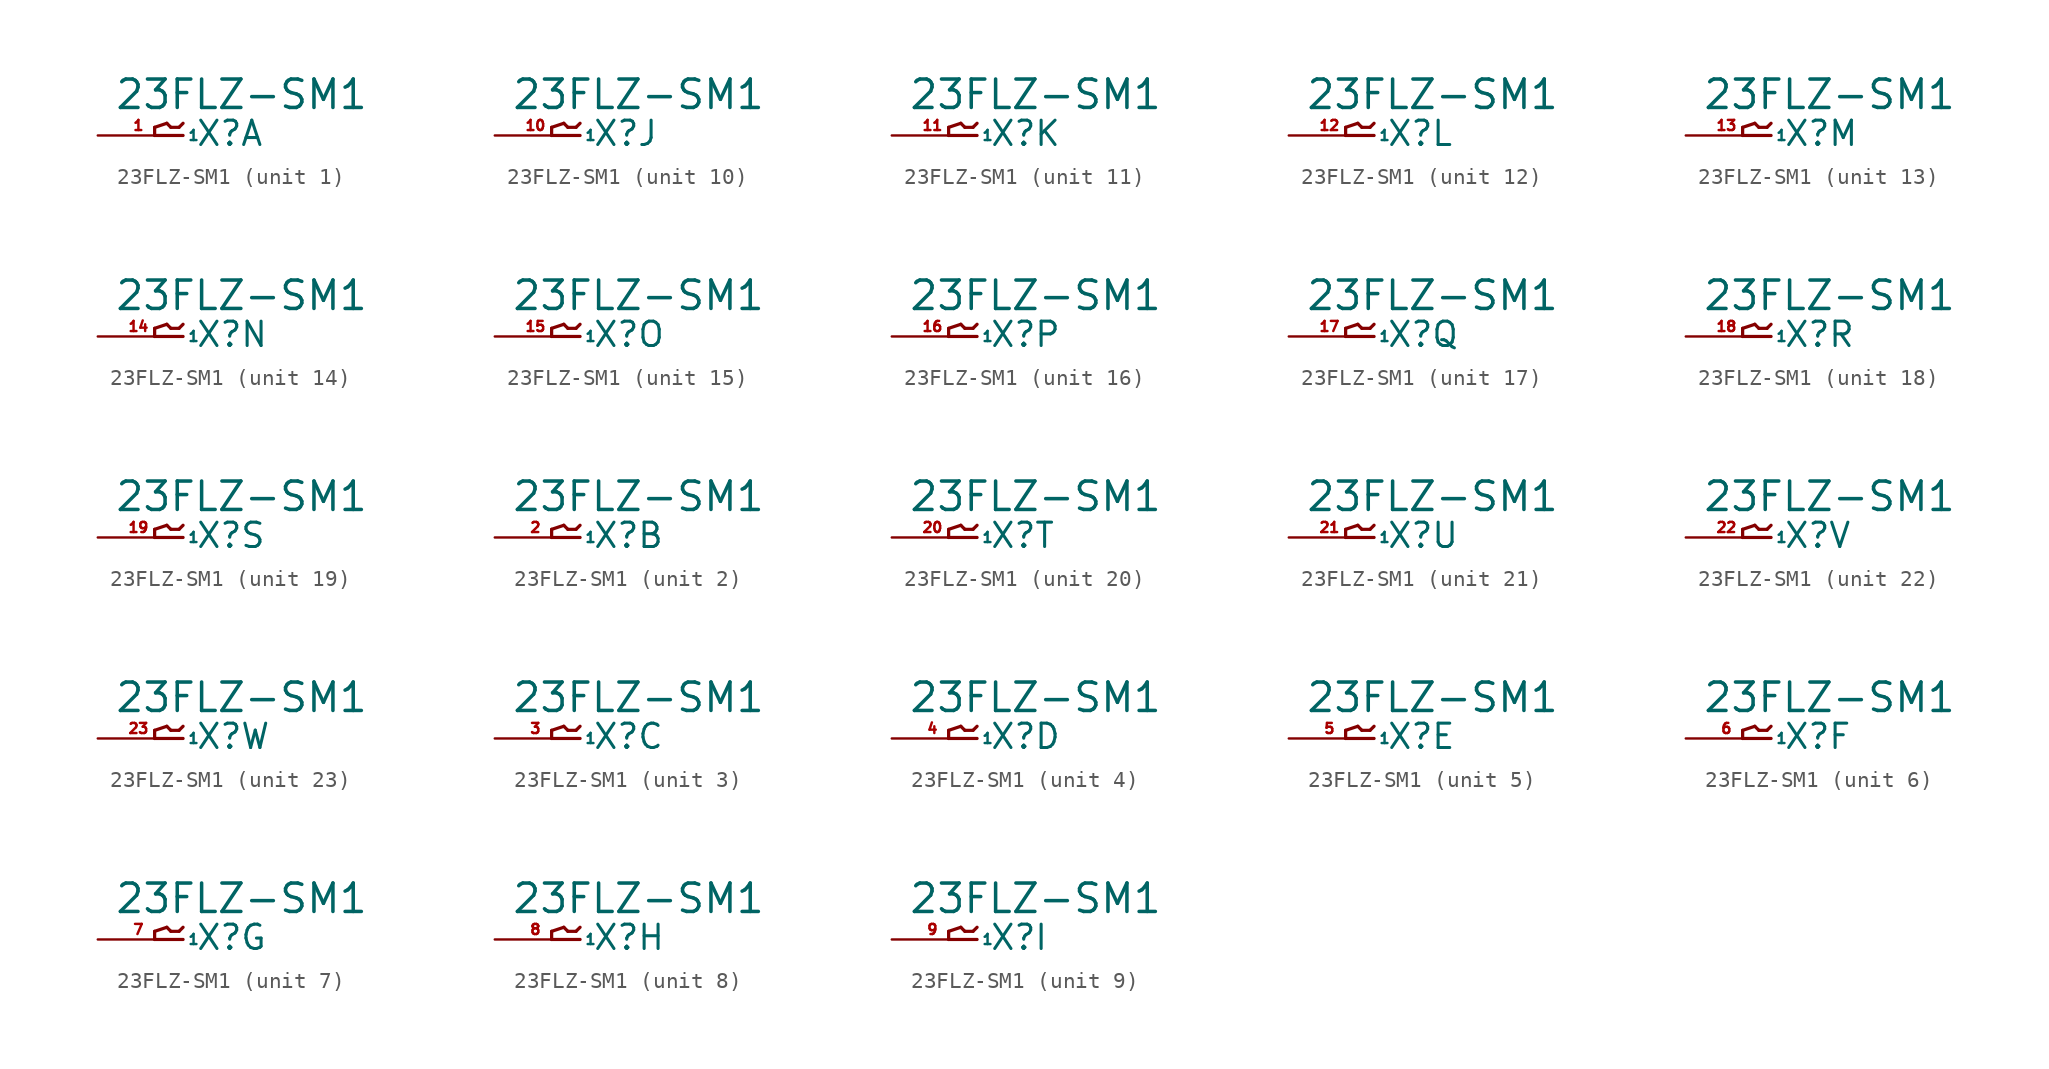
<source format=kicad_sym>
(kicad_symbol_lib
  (version 20220914)
  (generator Eagle2Kicad)
  (symbol "23FLZ-SM1"
    (property "Reference" "X"
      (at 1.016 -0.762 0)
      (effects (font (size 1.524 1.524) (thickness 0.19)) (justify left bottom)))
    (property "Value" "23FLZ-SM1"
      (at -4.064 1.524 0)
      (effects (font (size 1.778 1.778) (thickness 0.22)) (justify left bottom)))
    (symbol "23FLZ-SM1_1_0"
      (polyline (pts (xy 0.254 0) (xy -1.524 0)) (stroke (width 0.203) (type default)) (fill (type none)))
      (polyline (pts (xy -1.524 0) (xy -1.524 0.508)) (stroke (width 0.203) (type default)) (fill (type none)))
      (polyline (pts (xy -1.524 0.508) (xy -0.762 0.762)) (stroke (width 0.203) (type default)) (fill (type none)))
      (polyline (pts (xy -0.762 0.762) (xy -0.508 0.508)) (stroke (width 0.203) (type default)) (fill (type none)))
      (polyline (pts (xy -0.508 0.508) (xy 0 0.508)) (stroke (width 0.203) (type default)) (fill (type none)))
      (polyline (pts (xy 0 0.508) (xy 0.254 0.762)) (stroke (width 0.203) (type default)) (fill (type none)))
      (pin passive line (at -5.08 0 0) (length 5.08) (name "1" (effects (font (size 0.635 0.635) (thickness 0.08)) (justify left bottom))) (number "1" (effects (font (size 0.635 0.635) (thickness 0.08)) (justify left bottom)))))
    (symbol "23FLZ-SM1_2_0"
      (polyline (pts (xy 0.254 0) (xy -1.524 0)) (stroke (width 0.203) (type default)) (fill (type none)))
      (polyline (pts (xy -1.524 0) (xy -1.524 0.508)) (stroke (width 0.203) (type default)) (fill (type none)))
      (polyline (pts (xy -1.524 0.508) (xy -0.762 0.762)) (stroke (width 0.203) (type default)) (fill (type none)))
      (polyline (pts (xy -0.762 0.762) (xy -0.508 0.508)) (stroke (width 0.203) (type default)) (fill (type none)))
      (polyline (pts (xy -0.508 0.508) (xy 0 0.508)) (stroke (width 0.203) (type default)) (fill (type none)))
      (polyline (pts (xy 0 0.508) (xy 0.254 0.762)) (stroke (width 0.203) (type default)) (fill (type none)))
      (pin passive line (at -5.08 0 0) (length 5.08) (name "1" (effects (font (size 0.635 0.635) (thickness 0.08)) (justify left bottom))) (number "2" (effects (font (size 0.635 0.635) (thickness 0.08)) (justify left bottom)))))
    (symbol "23FLZ-SM1_3_0"
      (polyline (pts (xy 0.254 0) (xy -1.524 0)) (stroke (width 0.203) (type default)) (fill (type none)))
      (polyline (pts (xy -1.524 0) (xy -1.524 0.508)) (stroke (width 0.203) (type default)) (fill (type none)))
      (polyline (pts (xy -1.524 0.508) (xy -0.762 0.762)) (stroke (width 0.203) (type default)) (fill (type none)))
      (polyline (pts (xy -0.762 0.762) (xy -0.508 0.508)) (stroke (width 0.203) (type default)) (fill (type none)))
      (polyline (pts (xy -0.508 0.508) (xy 0 0.508)) (stroke (width 0.203) (type default)) (fill (type none)))
      (polyline (pts (xy 0 0.508) (xy 0.254 0.762)) (stroke (width 0.203) (type default)) (fill (type none)))
      (pin passive line (at -5.08 0 0) (length 5.08) (name "1" (effects (font (size 0.635 0.635) (thickness 0.08)) (justify left bottom))) (number "3" (effects (font (size 0.635 0.635) (thickness 0.08)) (justify left bottom)))))
    (symbol "23FLZ-SM1_4_0"
      (polyline (pts (xy 0.254 0) (xy -1.524 0)) (stroke (width 0.203) (type default)) (fill (type none)))
      (polyline (pts (xy -1.524 0) (xy -1.524 0.508)) (stroke (width 0.203) (type default)) (fill (type none)))
      (polyline (pts (xy -1.524 0.508) (xy -0.762 0.762)) (stroke (width 0.203) (type default)) (fill (type none)))
      (polyline (pts (xy -0.762 0.762) (xy -0.508 0.508)) (stroke (width 0.203) (type default)) (fill (type none)))
      (polyline (pts (xy -0.508 0.508) (xy 0 0.508)) (stroke (width 0.203) (type default)) (fill (type none)))
      (polyline (pts (xy 0 0.508) (xy 0.254 0.762)) (stroke (width 0.203) (type default)) (fill (type none)))
      (pin passive line (at -5.08 0 0) (length 5.08) (name "1" (effects (font (size 0.635 0.635) (thickness 0.08)) (justify left bottom))) (number "4" (effects (font (size 0.635 0.635) (thickness 0.08)) (justify left bottom)))))
    (symbol "23FLZ-SM1_5_0"
      (polyline (pts (xy 0.254 0) (xy -1.524 0)) (stroke (width 0.203) (type default)) (fill (type none)))
      (polyline (pts (xy -1.524 0) (xy -1.524 0.508)) (stroke (width 0.203) (type default)) (fill (type none)))
      (polyline (pts (xy -1.524 0.508) (xy -0.762 0.762)) (stroke (width 0.203) (type default)) (fill (type none)))
      (polyline (pts (xy -0.762 0.762) (xy -0.508 0.508)) (stroke (width 0.203) (type default)) (fill (type none)))
      (polyline (pts (xy -0.508 0.508) (xy 0 0.508)) (stroke (width 0.203) (type default)) (fill (type none)))
      (polyline (pts (xy 0 0.508) (xy 0.254 0.762)) (stroke (width 0.203) (type default)) (fill (type none)))
      (pin passive line (at -5.08 0 0) (length 5.08) (name "1" (effects (font (size 0.635 0.635) (thickness 0.08)) (justify left bottom))) (number "5" (effects (font (size 0.635 0.635) (thickness 0.08)) (justify left bottom)))))
    (symbol "23FLZ-SM1_6_0"
      (polyline (pts (xy 0.254 0) (xy -1.524 0)) (stroke (width 0.203) (type default)) (fill (type none)))
      (polyline (pts (xy -1.524 0) (xy -1.524 0.508)) (stroke (width 0.203) (type default)) (fill (type none)))
      (polyline (pts (xy -1.524 0.508) (xy -0.762 0.762)) (stroke (width 0.203) (type default)) (fill (type none)))
      (polyline (pts (xy -0.762 0.762) (xy -0.508 0.508)) (stroke (width 0.203) (type default)) (fill (type none)))
      (polyline (pts (xy -0.508 0.508) (xy 0 0.508)) (stroke (width 0.203) (type default)) (fill (type none)))
      (polyline (pts (xy 0 0.508) (xy 0.254 0.762)) (stroke (width 0.203) (type default)) (fill (type none)))
      (pin passive line (at -5.08 0 0) (length 5.08) (name "1" (effects (font (size 0.635 0.635) (thickness 0.08)) (justify left bottom))) (number "6" (effects (font (size 0.635 0.635) (thickness 0.08)) (justify left bottom)))))
    (symbol "23FLZ-SM1_7_0"
      (polyline (pts (xy 0.254 0) (xy -1.524 0)) (stroke (width 0.203) (type default)) (fill (type none)))
      (polyline (pts (xy -1.524 0) (xy -1.524 0.508)) (stroke (width 0.203) (type default)) (fill (type none)))
      (polyline (pts (xy -1.524 0.508) (xy -0.762 0.762)) (stroke (width 0.203) (type default)) (fill (type none)))
      (polyline (pts (xy -0.762 0.762) (xy -0.508 0.508)) (stroke (width 0.203) (type default)) (fill (type none)))
      (polyline (pts (xy -0.508 0.508) (xy 0 0.508)) (stroke (width 0.203) (type default)) (fill (type none)))
      (polyline (pts (xy 0 0.508) (xy 0.254 0.762)) (stroke (width 0.203) (type default)) (fill (type none)))
      (pin passive line (at -5.08 0 0) (length 5.08) (name "1" (effects (font (size 0.635 0.635) (thickness 0.08)) (justify left bottom))) (number "7" (effects (font (size 0.635 0.635) (thickness 0.08)) (justify left bottom)))))
    (symbol "23FLZ-SM1_8_0"
      (polyline (pts (xy 0.254 0) (xy -1.524 0)) (stroke (width 0.203) (type default)) (fill (type none)))
      (polyline (pts (xy -1.524 0) (xy -1.524 0.508)) (stroke (width 0.203) (type default)) (fill (type none)))
      (polyline (pts (xy -1.524 0.508) (xy -0.762 0.762)) (stroke (width 0.203) (type default)) (fill (type none)))
      (polyline (pts (xy -0.762 0.762) (xy -0.508 0.508)) (stroke (width 0.203) (type default)) (fill (type none)))
      (polyline (pts (xy -0.508 0.508) (xy 0 0.508)) (stroke (width 0.203) (type default)) (fill (type none)))
      (polyline (pts (xy 0 0.508) (xy 0.254 0.762)) (stroke (width 0.203) (type default)) (fill (type none)))
      (pin passive line (at -5.08 0 0) (length 5.08) (name "1" (effects (font (size 0.635 0.635) (thickness 0.08)) (justify left bottom))) (number "8" (effects (font (size 0.635 0.635) (thickness 0.08)) (justify left bottom)))))
    (symbol "23FLZ-SM1_9_0"
      (polyline (pts (xy 0.254 0) (xy -1.524 0)) (stroke (width 0.203) (type default)) (fill (type none)))
      (polyline (pts (xy -1.524 0) (xy -1.524 0.508)) (stroke (width 0.203) (type default)) (fill (type none)))
      (polyline (pts (xy -1.524 0.508) (xy -0.762 0.762)) (stroke (width 0.203) (type default)) (fill (type none)))
      (polyline (pts (xy -0.762 0.762) (xy -0.508 0.508)) (stroke (width 0.203) (type default)) (fill (type none)))
      (polyline (pts (xy -0.508 0.508) (xy 0 0.508)) (stroke (width 0.203) (type default)) (fill (type none)))
      (polyline (pts (xy 0 0.508) (xy 0.254 0.762)) (stroke (width 0.203) (type default)) (fill (type none)))
      (pin passive line (at -5.08 0 0) (length 5.08) (name "1" (effects (font (size 0.635 0.635) (thickness 0.08)) (justify left bottom))) (number "9" (effects (font (size 0.635 0.635) (thickness 0.08)) (justify left bottom)))))
    (symbol "23FLZ-SM1_10_0"
      (polyline (pts (xy 0.254 0) (xy -1.524 0)) (stroke (width 0.203) (type default)) (fill (type none)))
      (polyline (pts (xy -1.524 0) (xy -1.524 0.508)) (stroke (width 0.203) (type default)) (fill (type none)))
      (polyline (pts (xy -1.524 0.508) (xy -0.762 0.762)) (stroke (width 0.203) (type default)) (fill (type none)))
      (polyline (pts (xy -0.762 0.762) (xy -0.508 0.508)) (stroke (width 0.203) (type default)) (fill (type none)))
      (polyline (pts (xy -0.508 0.508) (xy 0 0.508)) (stroke (width 0.203) (type default)) (fill (type none)))
      (polyline (pts (xy 0 0.508) (xy 0.254 0.762)) (stroke (width 0.203) (type default)) (fill (type none)))
      (pin passive line (at -5.08 0 0) (length 5.08) (name "1" (effects (font (size 0.635 0.635) (thickness 0.08)) (justify left bottom))) (number "10" (effects (font (size 0.635 0.635) (thickness 0.08)) (justify left bottom)))))
    (symbol "23FLZ-SM1_11_0"
      (polyline (pts (xy 0.254 0) (xy -1.524 0)) (stroke (width 0.203) (type default)) (fill (type none)))
      (polyline (pts (xy -1.524 0) (xy -1.524 0.508)) (stroke (width 0.203) (type default)) (fill (type none)))
      (polyline (pts (xy -1.524 0.508) (xy -0.762 0.762)) (stroke (width 0.203) (type default)) (fill (type none)))
      (polyline (pts (xy -0.762 0.762) (xy -0.508 0.508)) (stroke (width 0.203) (type default)) (fill (type none)))
      (polyline (pts (xy -0.508 0.508) (xy 0 0.508)) (stroke (width 0.203) (type default)) (fill (type none)))
      (polyline (pts (xy 0 0.508) (xy 0.254 0.762)) (stroke (width 0.203) (type default)) (fill (type none)))
      (pin passive line (at -5.08 0 0) (length 5.08) (name "1" (effects (font (size 0.635 0.635) (thickness 0.08)) (justify left bottom))) (number "11" (effects (font (size 0.635 0.635) (thickness 0.08)) (justify left bottom)))))
    (symbol "23FLZ-SM1_12_0"
      (polyline (pts (xy 0.254 0) (xy -1.524 0)) (stroke (width 0.203) (type default)) (fill (type none)))
      (polyline (pts (xy -1.524 0) (xy -1.524 0.508)) (stroke (width 0.203) (type default)) (fill (type none)))
      (polyline (pts (xy -1.524 0.508) (xy -0.762 0.762)) (stroke (width 0.203) (type default)) (fill (type none)))
      (polyline (pts (xy -0.762 0.762) (xy -0.508 0.508)) (stroke (width 0.203) (type default)) (fill (type none)))
      (polyline (pts (xy -0.508 0.508) (xy 0 0.508)) (stroke (width 0.203) (type default)) (fill (type none)))
      (polyline (pts (xy 0 0.508) (xy 0.254 0.762)) (stroke (width 0.203) (type default)) (fill (type none)))
      (pin passive line (at -5.08 0 0) (length 5.08) (name "1" (effects (font (size 0.635 0.635) (thickness 0.08)) (justify left bottom))) (number "12" (effects (font (size 0.635 0.635) (thickness 0.08)) (justify left bottom)))))
    (symbol "23FLZ-SM1_13_0"
      (polyline (pts (xy 0.254 0) (xy -1.524 0)) (stroke (width 0.203) (type default)) (fill (type none)))
      (polyline (pts (xy -1.524 0) (xy -1.524 0.508)) (stroke (width 0.203) (type default)) (fill (type none)))
      (polyline (pts (xy -1.524 0.508) (xy -0.762 0.762)) (stroke (width 0.203) (type default)) (fill (type none)))
      (polyline (pts (xy -0.762 0.762) (xy -0.508 0.508)) (stroke (width 0.203) (type default)) (fill (type none)))
      (polyline (pts (xy -0.508 0.508) (xy 0 0.508)) (stroke (width 0.203) (type default)) (fill (type none)))
      (polyline (pts (xy 0 0.508) (xy 0.254 0.762)) (stroke (width 0.203) (type default)) (fill (type none)))
      (pin passive line (at -5.08 0 0) (length 5.08) (name "1" (effects (font (size 0.635 0.635) (thickness 0.08)) (justify left bottom))) (number "13" (effects (font (size 0.635 0.635) (thickness 0.08)) (justify left bottom)))))
    (symbol "23FLZ-SM1_14_0"
      (polyline (pts (xy 0.254 0) (xy -1.524 0)) (stroke (width 0.203) (type default)) (fill (type none)))
      (polyline (pts (xy -1.524 0) (xy -1.524 0.508)) (stroke (width 0.203) (type default)) (fill (type none)))
      (polyline (pts (xy -1.524 0.508) (xy -0.762 0.762)) (stroke (width 0.203) (type default)) (fill (type none)))
      (polyline (pts (xy -0.762 0.762) (xy -0.508 0.508)) (stroke (width 0.203) (type default)) (fill (type none)))
      (polyline (pts (xy -0.508 0.508) (xy 0 0.508)) (stroke (width 0.203) (type default)) (fill (type none)))
      (polyline (pts (xy 0 0.508) (xy 0.254 0.762)) (stroke (width 0.203) (type default)) (fill (type none)))
      (pin passive line (at -5.08 0 0) (length 5.08) (name "1" (effects (font (size 0.635 0.635) (thickness 0.08)) (justify left bottom))) (number "14" (effects (font (size 0.635 0.635) (thickness 0.08)) (justify left bottom)))))
    (symbol "23FLZ-SM1_15_0"
      (polyline (pts (xy 0.254 0) (xy -1.524 0)) (stroke (width 0.203) (type default)) (fill (type none)))
      (polyline (pts (xy -1.524 0) (xy -1.524 0.508)) (stroke (width 0.203) (type default)) (fill (type none)))
      (polyline (pts (xy -1.524 0.508) (xy -0.762 0.762)) (stroke (width 0.203) (type default)) (fill (type none)))
      (polyline (pts (xy -0.762 0.762) (xy -0.508 0.508)) (stroke (width 0.203) (type default)) (fill (type none)))
      (polyline (pts (xy -0.508 0.508) (xy 0 0.508)) (stroke (width 0.203) (type default)) (fill (type none)))
      (polyline (pts (xy 0 0.508) (xy 0.254 0.762)) (stroke (width 0.203) (type default)) (fill (type none)))
      (pin passive line (at -5.08 0 0) (length 5.08) (name "1" (effects (font (size 0.635 0.635) (thickness 0.08)) (justify left bottom))) (number "15" (effects (font (size 0.635 0.635) (thickness 0.08)) (justify left bottom)))))
    (symbol "23FLZ-SM1_16_0"
      (polyline (pts (xy 0.254 0) (xy -1.524 0)) (stroke (width 0.203) (type default)) (fill (type none)))
      (polyline (pts (xy -1.524 0) (xy -1.524 0.508)) (stroke (width 0.203) (type default)) (fill (type none)))
      (polyline (pts (xy -1.524 0.508) (xy -0.762 0.762)) (stroke (width 0.203) (type default)) (fill (type none)))
      (polyline (pts (xy -0.762 0.762) (xy -0.508 0.508)) (stroke (width 0.203) (type default)) (fill (type none)))
      (polyline (pts (xy -0.508 0.508) (xy 0 0.508)) (stroke (width 0.203) (type default)) (fill (type none)))
      (polyline (pts (xy 0 0.508) (xy 0.254 0.762)) (stroke (width 0.203) (type default)) (fill (type none)))
      (pin passive line (at -5.08 0 0) (length 5.08) (name "1" (effects (font (size 0.635 0.635) (thickness 0.08)) (justify left bottom))) (number "16" (effects (font (size 0.635 0.635) (thickness 0.08)) (justify left bottom)))))
    (symbol "23FLZ-SM1_17_0"
      (polyline (pts (xy 0.254 0) (xy -1.524 0)) (stroke (width 0.203) (type default)) (fill (type none)))
      (polyline (pts (xy -1.524 0) (xy -1.524 0.508)) (stroke (width 0.203) (type default)) (fill (type none)))
      (polyline (pts (xy -1.524 0.508) (xy -0.762 0.762)) (stroke (width 0.203) (type default)) (fill (type none)))
      (polyline (pts (xy -0.762 0.762) (xy -0.508 0.508)) (stroke (width 0.203) (type default)) (fill (type none)))
      (polyline (pts (xy -0.508 0.508) (xy 0 0.508)) (stroke (width 0.203) (type default)) (fill (type none)))
      (polyline (pts (xy 0 0.508) (xy 0.254 0.762)) (stroke (width 0.203) (type default)) (fill (type none)))
      (pin passive line (at -5.08 0 0) (length 5.08) (name "1" (effects (font (size 0.635 0.635) (thickness 0.08)) (justify left bottom))) (number "17" (effects (font (size 0.635 0.635) (thickness 0.08)) (justify left bottom)))))
    (symbol "23FLZ-SM1_18_0"
      (polyline (pts (xy 0.254 0) (xy -1.524 0)) (stroke (width 0.203) (type default)) (fill (type none)))
      (polyline (pts (xy -1.524 0) (xy -1.524 0.508)) (stroke (width 0.203) (type default)) (fill (type none)))
      (polyline (pts (xy -1.524 0.508) (xy -0.762 0.762)) (stroke (width 0.203) (type default)) (fill (type none)))
      (polyline (pts (xy -0.762 0.762) (xy -0.508 0.508)) (stroke (width 0.203) (type default)) (fill (type none)))
      (polyline (pts (xy -0.508 0.508) (xy 0 0.508)) (stroke (width 0.203) (type default)) (fill (type none)))
      (polyline (pts (xy 0 0.508) (xy 0.254 0.762)) (stroke (width 0.203) (type default)) (fill (type none)))
      (pin passive line (at -5.08 0 0) (length 5.08) (name "1" (effects (font (size 0.635 0.635) (thickness 0.08)) (justify left bottom))) (number "18" (effects (font (size 0.635 0.635) (thickness 0.08)) (justify left bottom)))))
    (symbol "23FLZ-SM1_19_0"
      (polyline (pts (xy 0.254 0) (xy -1.524 0)) (stroke (width 0.203) (type default)) (fill (type none)))
      (polyline (pts (xy -1.524 0) (xy -1.524 0.508)) (stroke (width 0.203) (type default)) (fill (type none)))
      (polyline (pts (xy -1.524 0.508) (xy -0.762 0.762)) (stroke (width 0.203) (type default)) (fill (type none)))
      (polyline (pts (xy -0.762 0.762) (xy -0.508 0.508)) (stroke (width 0.203) (type default)) (fill (type none)))
      (polyline (pts (xy -0.508 0.508) (xy 0 0.508)) (stroke (width 0.203) (type default)) (fill (type none)))
      (polyline (pts (xy 0 0.508) (xy 0.254 0.762)) (stroke (width 0.203) (type default)) (fill (type none)))
      (pin passive line (at -5.08 0 0) (length 5.08) (name "1" (effects (font (size 0.635 0.635) (thickness 0.08)) (justify left bottom))) (number "19" (effects (font (size 0.635 0.635) (thickness 0.08)) (justify left bottom)))))
    (symbol "23FLZ-SM1_20_0"
      (polyline (pts (xy 0.254 0) (xy -1.524 0)) (stroke (width 0.203) (type default)) (fill (type none)))
      (polyline (pts (xy -1.524 0) (xy -1.524 0.508)) (stroke (width 0.203) (type default)) (fill (type none)))
      (polyline (pts (xy -1.524 0.508) (xy -0.762 0.762)) (stroke (width 0.203) (type default)) (fill (type none)))
      (polyline (pts (xy -0.762 0.762) (xy -0.508 0.508)) (stroke (width 0.203) (type default)) (fill (type none)))
      (polyline (pts (xy -0.508 0.508) (xy 0 0.508)) (stroke (width 0.203) (type default)) (fill (type none)))
      (polyline (pts (xy 0 0.508) (xy 0.254 0.762)) (stroke (width 0.203) (type default)) (fill (type none)))
      (pin passive line (at -5.08 0 0) (length 5.08) (name "1" (effects (font (size 0.635 0.635) (thickness 0.08)) (justify left bottom))) (number "20" (effects (font (size 0.635 0.635) (thickness 0.08)) (justify left bottom)))))
    (symbol "23FLZ-SM1_21_0"
      (polyline (pts (xy 0.254 0) (xy -1.524 0)) (stroke (width 0.203) (type default)) (fill (type none)))
      (polyline (pts (xy -1.524 0) (xy -1.524 0.508)) (stroke (width 0.203) (type default)) (fill (type none)))
      (polyline (pts (xy -1.524 0.508) (xy -0.762 0.762)) (stroke (width 0.203) (type default)) (fill (type none)))
      (polyline (pts (xy -0.762 0.762) (xy -0.508 0.508)) (stroke (width 0.203) (type default)) (fill (type none)))
      (polyline (pts (xy -0.508 0.508) (xy 0 0.508)) (stroke (width 0.203) (type default)) (fill (type none)))
      (polyline (pts (xy 0 0.508) (xy 0.254 0.762)) (stroke (width 0.203) (type default)) (fill (type none)))
      (pin passive line (at -5.08 0 0) (length 5.08) (name "1" (effects (font (size 0.635 0.635) (thickness 0.08)) (justify left bottom))) (number "21" (effects (font (size 0.635 0.635) (thickness 0.08)) (justify left bottom)))))
    (symbol "23FLZ-SM1_22_0"
      (polyline (pts (xy 0.254 0) (xy -1.524 0)) (stroke (width 0.203) (type default)) (fill (type none)))
      (polyline (pts (xy -1.524 0) (xy -1.524 0.508)) (stroke (width 0.203) (type default)) (fill (type none)))
      (polyline (pts (xy -1.524 0.508) (xy -0.762 0.762)) (stroke (width 0.203) (type default)) (fill (type none)))
      (polyline (pts (xy -0.762 0.762) (xy -0.508 0.508)) (stroke (width 0.203) (type default)) (fill (type none)))
      (polyline (pts (xy -0.508 0.508) (xy 0 0.508)) (stroke (width 0.203) (type default)) (fill (type none)))
      (polyline (pts (xy 0 0.508) (xy 0.254 0.762)) (stroke (width 0.203) (type default)) (fill (type none)))
      (pin passive line (at -5.08 0 0) (length 5.08) (name "1" (effects (font (size 0.635 0.635) (thickness 0.08)) (justify left bottom))) (number "22" (effects (font (size 0.635 0.635) (thickness 0.08)) (justify left bottom)))))
    (symbol "23FLZ-SM1_23_0"
      (polyline (pts (xy 0.254 0) (xy -1.524 0)) (stroke (width 0.203) (type default)) (fill (type none)))
      (polyline (pts (xy -1.524 0) (xy -1.524 0.508)) (stroke (width 0.203) (type default)) (fill (type none)))
      (polyline (pts (xy -1.524 0.508) (xy -0.762 0.762)) (stroke (width 0.203) (type default)) (fill (type none)))
      (polyline (pts (xy -0.762 0.762) (xy -0.508 0.508)) (stroke (width 0.203) (type default)) (fill (type none)))
      (polyline (pts (xy -0.508 0.508) (xy 0 0.508)) (stroke (width 0.203) (type default)) (fill (type none)))
      (polyline (pts (xy 0 0.508) (xy 0.254 0.762)) (stroke (width 0.203) (type default)) (fill (type none)))
      (pin passive line (at -5.08 0 0) (length 5.08) (name "1" (effects (font (size 0.635 0.635) (thickness 0.08)) (justify left bottom))) (number "23" (effects (font (size 0.635 0.635) (thickness 0.08)) (justify left bottom)))))))
</source>
